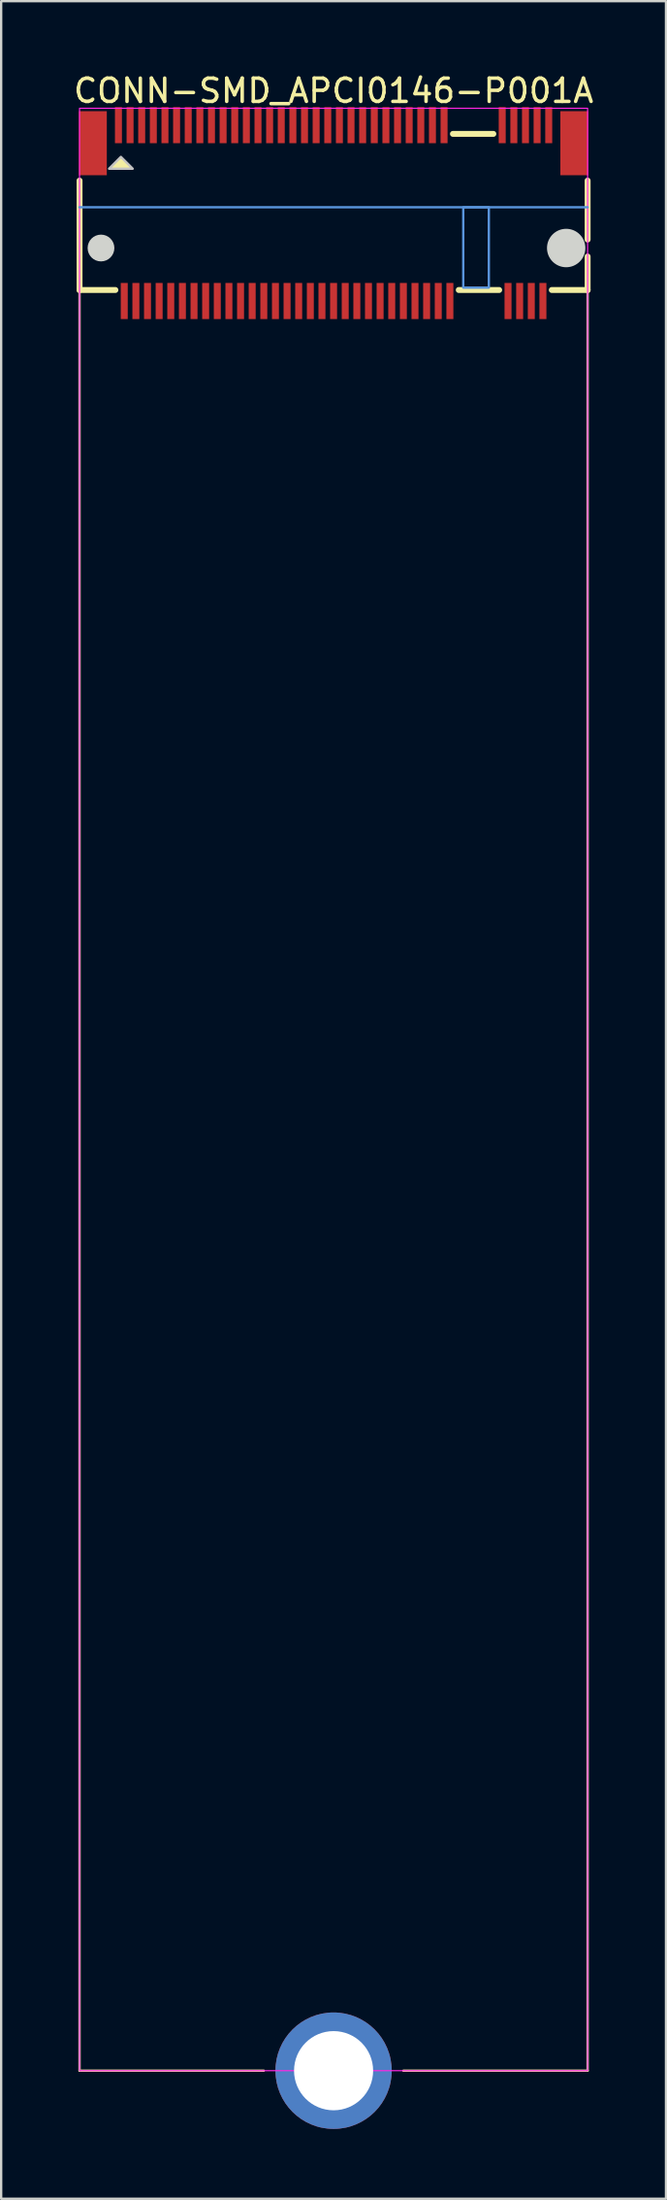
<source format=kicad_pcb>
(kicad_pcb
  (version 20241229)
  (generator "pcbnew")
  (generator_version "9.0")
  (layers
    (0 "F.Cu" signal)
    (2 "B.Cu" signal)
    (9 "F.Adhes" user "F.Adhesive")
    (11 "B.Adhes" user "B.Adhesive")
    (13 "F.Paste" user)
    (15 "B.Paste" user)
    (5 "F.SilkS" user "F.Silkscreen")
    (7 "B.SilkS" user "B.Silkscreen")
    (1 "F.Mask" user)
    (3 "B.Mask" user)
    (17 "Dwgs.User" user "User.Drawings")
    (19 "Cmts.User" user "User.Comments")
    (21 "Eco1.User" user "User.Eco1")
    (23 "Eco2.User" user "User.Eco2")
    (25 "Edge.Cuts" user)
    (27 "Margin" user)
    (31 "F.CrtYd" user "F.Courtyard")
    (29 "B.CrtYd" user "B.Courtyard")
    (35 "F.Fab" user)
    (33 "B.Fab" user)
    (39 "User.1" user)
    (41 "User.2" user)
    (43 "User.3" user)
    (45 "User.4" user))
  (footprint "CONN-SMD_APCI0146-P001A"
    (layer "F.Cu")
    (at 11.292 6.098)
    (property "Reference" "CONN-SMD_APCI0146-P001A" (at 0 -5.25 0) (layer "F.SilkS") (effects (font (size 1 1) (thickness 0.15))))
    (private_layers "User.1")
    (fp_line (start -10.922 3.302) (end -10.922 -1.394) (stroke (width 0.254) (type default)) (layer "F.SilkS"))
    (fp_line (start -10.922 79.75) (end -10.922 3.302) (stroke (width 0.1) (type solid)) (layer "F.SilkS"))
    (fp_line (start -10.922 79.75) (end -3 79.75) (stroke (width 0.1) (type solid)) (layer "F.SilkS"))
    (fp_line (start -9.381 3.302) (end -10.922 3.302) (stroke (width 0.254) (type default)) (layer "F.SilkS"))
    (fp_line (start 3 79.75) (end 10.922 79.75) (stroke (width 0.1) (type solid)) (layer "F.SilkS"))
    (fp_line (start 5.131 -3.4) (end 6.869 -3.4) (stroke (width 0.254) (type default)) (layer "F.SilkS"))
    (fp_line (start 7.119 3.302) (end 5.381 3.302) (stroke (width 0.254) (type default)) (layer "F.SilkS"))
    (fp_line (start 10.922 -1.394) (end 10.922 1.136) (stroke (width 0.254) (type default)) (layer "F.SilkS"))
    (fp_line (start 10.922 1.865) (end 10.922 3.302) (stroke (width 0.254) (type default)) (layer "F.SilkS"))
    (fp_line (start 10.922 3.302) (end 9.381 3.302) (stroke (width 0.254) (type default)) (layer "F.SilkS"))
    (fp_line (start 10.922 79.75) (end 10.922 3.302) (stroke (width 0.1) (type default)) (layer "F.SilkS"))
    (fp_poly (pts (xy -9.144 -2.413) (xy -9.652 -1.905) (xy -8.636 -1.905)) (stroke (width 0) (type default)) (fill yes) (layer "F.SilkS"))
    (fp_poly (pts (xy -9.144 -2.413) (xy -9.652 -1.905) (xy -8.636 -1.905)) (stroke (width 0.1) (type default)) (fill no) (layer "Dwgs.User"))
    (fp_line (start -10.925 -0.25) (end 10.925 -0.25) (stroke (width 0.1) (type solid)) (layer "Cmts.User"))
    (fp_rect (start 5.575 -0.25) (end 6.675 3.2) (stroke (width 0.1) (type solid)) (fill no) (layer "Cmts.User"))
    (fp_circle (center -10 1.5) (end -9.45 1.5) (stroke (width 0.05) (type solid)) (fill yes) (layer "Edge.Cuts"))
    (fp_circle (center 10 1.5) (end 10.8 1.5) (stroke (width 0.05) (type solid)) (fill yes) (layer "Edge.Cuts"))
    (fp_rect (start -10.922 -4.5) (end 10.922 79.75) (stroke (width 0.05) (type solid)) (fill no) (layer "F.CrtYd"))
    (fp_poly (pts (xy -10.425 -3.9) (xy -10.275 -3.9) (xy -10.275 -2.1) (xy -10.425 -2.1)) (stroke (width 0.1) (type default)) (fill no) (layer "User.1"))
    (fp_poly (pts (xy -9.33 -3.9) (xy -9.17 -3.9) (xy -9.17 -3.1) (xy -9.33 -3.1)) (stroke (width 0.1) (type default)) (fill no) (layer "User.1"))
    (fp_poly (pts (xy -9.08 3.68) (xy -9.08 3.19) (xy -8.92 3.19) (xy -8.92 3.68)) (stroke (width 0.1) (type default)) (fill no) (layer "User.1"))
    (fp_poly (pts (xy -9.08 4.17) (xy -9.08 3.67) (xy -8.92 3.67) (xy -8.92 4.17)) (stroke (width 0.1) (type default)) (fill no) (layer "User.1"))
    (fp_poly (pts (xy -8.83 -3.9) (xy -8.67 -3.9) (xy -8.67 -3.1) (xy -8.83 -3.1)) (stroke (width 0.1) (type default)) (fill no) (layer "User.1"))
    (fp_poly (pts (xy -8.58 3.68) (xy -8.58 3.19) (xy -8.42 3.19) (xy -8.42 3.68)) (stroke (width 0.1) (type default)) (fill no) (layer "User.1"))
    (fp_poly (pts (xy -8.58 4.17) (xy -8.58 3.67) (xy -8.42 3.67) (xy -8.42 4.17)) (stroke (width 0.1) (type default)) (fill no) (layer "User.1"))
    (fp_poly (pts (xy -8.33 -3.9) (xy -8.17 -3.9) (xy -8.17 -3.1) (xy -8.33 -3.1)) (stroke (width 0.1) (type default)) (fill no) (layer "User.1"))
    (fp_poly (pts (xy -8.08 3.68) (xy -8.08 3.19) (xy -7.92 3.19) (xy -7.92 3.68)) (stroke (width 0.1) (type default)) (fill no) (layer "User.1"))
    (fp_poly (pts (xy -8.08 4.17) (xy -8.08 3.67) (xy -7.92 3.67) (xy -7.92 4.17)) (stroke (width 0.1) (type default)) (fill no) (layer "User.1"))
    (fp_poly (pts (xy -7.83 -3.9) (xy -7.67 -3.9) (xy -7.67 -3.1) (xy -7.83 -3.1)) (stroke (width 0.1) (type default)) (fill no) (layer "User.1"))
    (fp_poly (pts (xy -7.58 3.68) (xy -7.58 3.19) (xy -7.42 3.19) (xy -7.42 3.68)) (stroke (width 0.1) (type default)) (fill no) (layer "User.1"))
    (fp_poly (pts (xy -7.58 4.17) (xy -7.58 3.67) (xy -7.42 3.67) (xy -7.42 4.17)) (stroke (width 0.1) (type default)) (fill no) (layer "User.1"))
    (fp_poly (pts (xy -7.33 -3.9) (xy -7.17 -3.9) (xy -7.17 -3.1) (xy -7.33 -3.1)) (stroke (width 0.1) (type default)) (fill no) (layer "User.1"))
    (fp_poly (pts (xy -7.08 3.68) (xy -7.08 3.19) (xy -6.92 3.19) (xy -6.92 3.68)) (stroke (width 0.1) (type default)) (fill no) (layer "User.1"))
    (fp_poly (pts (xy -7.08 4.17) (xy -7.08 3.67) (xy -6.92 3.67) (xy -6.92 4.17)) (stroke (width 0.1) (type default)) (fill no) (layer "User.1"))
    (fp_poly (pts (xy -6.83 -3.9) (xy -6.67 -3.9) (xy -6.67 -3.1) (xy -6.83 -3.1)) (stroke (width 0.1) (type default)) (fill no) (layer "User.1"))
    (fp_poly (pts (xy -6.58 3.68) (xy -6.58 3.19) (xy -6.42 3.19) (xy -6.42 3.68)) (stroke (width 0.1) (type default)) (fill no) (layer "User.1"))
    (fp_poly (pts (xy -6.58 4.17) (xy -6.58 3.67) (xy -6.42 3.67) (xy -6.42 4.17)) (stroke (width 0.1) (type default)) (fill no) (layer "User.1"))
    (fp_poly (pts (xy -6.33 -3.9) (xy -6.17 -3.9) (xy -6.17 -3.1) (xy -6.33 -3.1)) (stroke (width 0.1) (type default)) (fill no) (layer "User.1"))
    (fp_poly (pts (xy -6.08 3.68) (xy -6.08 3.19) (xy -5.92 3.19) (xy -5.92 3.68)) (stroke (width 0.1) (type default)) (fill no) (layer "User.1"))
    (fp_poly (pts (xy -6.08 4.17) (xy -6.08 3.67) (xy -5.92 3.67) (xy -5.92 4.17)) (stroke (width 0.1) (type default)) (fill no) (layer "User.1"))
    (fp_poly (pts (xy -5.83 -3.9) (xy -5.67 -3.9) (xy -5.67 -3.1) (xy -5.83 -3.1)) (stroke (width 0.1) (type default)) (fill no) (layer "User.1"))
    (fp_poly (pts (xy -5.58 3.68) (xy -5.58 3.19) (xy -5.42 3.19) (xy -5.42 3.68)) (stroke (width 0.1) (type default)) (fill no) (layer "User.1"))
    (fp_poly (pts (xy -5.58 4.17) (xy -5.58 3.67) (xy -5.42 3.67) (xy -5.42 4.17)) (stroke (width 0.1) (type default)) (fill no) (layer "User.1"))
    (fp_poly (pts (xy -5.33 -3.9) (xy -5.17 -3.9) (xy -5.17 -3.1) (xy -5.33 -3.1)) (stroke (width 0.1) (type default)) (fill no) (layer "User.1"))
    (fp_poly (pts (xy -5.08 3.68) (xy -5.08 3.19) (xy -4.92 3.19) (xy -4.92 3.68)) (stroke (width 0.1) (type default)) (fill no) (layer "User.1"))
    (fp_poly (pts (xy -5.08 4.17) (xy -5.08 3.67) (xy -4.92 3.67) (xy -4.92 4.17)) (stroke (width 0.1) (type default)) (fill no) (layer "User.1"))
    (fp_poly (pts (xy -4.83 -3.9) (xy -4.67 -3.9) (xy -4.67 -3.1) (xy -4.83 -3.1)) (stroke (width 0.1) (type default)) (fill no) (layer "User.1"))
    (fp_poly (pts (xy -4.58 3.68) (xy -4.58 3.19) (xy -4.42 3.19) (xy -4.42 3.68)) (stroke (width 0.1) (type default)) (fill no) (layer "User.1"))
    (fp_poly (pts (xy -4.58 4.17) (xy -4.58 3.67) (xy -4.42 3.67) (xy -4.42 4.17)) (stroke (width 0.1) (type default)) (fill no) (layer "User.1"))
    (fp_poly (pts (xy -4.33 -3.9) (xy -4.17 -3.9) (xy -4.17 -3.1) (xy -4.33 -3.1)) (stroke (width 0.1) (type default)) (fill no) (layer "User.1"))
    (fp_poly (pts (xy -4.08 3.68) (xy -4.08 3.19) (xy -3.92 3.19) (xy -3.92 3.68)) (stroke (width 0.1) (type default)) (fill no) (layer "User.1"))
    (fp_poly (pts (xy -4.08 4.17) (xy -4.08 3.67) (xy -3.92 3.67) (xy -3.92 4.17)) (stroke (width 0.1) (type default)) (fill no) (layer "User.1"))
    (fp_poly (pts (xy -3.83 -3.9) (xy -3.67 -3.9) (xy -3.67 -3.1) (xy -3.83 -3.1)) (stroke (width 0.1) (type default)) (fill no) (layer "User.1"))
    (fp_poly (pts (xy -3.58 3.68) (xy -3.58 3.19) (xy -3.42 3.19) (xy -3.42 3.68)) (stroke (width 0.1) (type default)) (fill no) (layer "User.1"))
    (fp_poly (pts (xy -3.58 4.17) (xy -3.58 3.67) (xy -3.42 3.67) (xy -3.42 4.17)) (stroke (width 0.1) (type default)) (fill no) (layer "User.1"))
    (fp_poly (pts (xy -3.33 -3.9) (xy -3.17 -3.9) (xy -3.17 -3.1) (xy -3.33 -3.1)) (stroke (width 0.1) (type default)) (fill no) (layer "User.1"))
    (fp_poly (pts (xy -3.08 3.68) (xy -3.08 3.19) (xy -2.92 3.19) (xy -2.92 3.68)) (stroke (width 0.1) (type default)) (fill no) (layer "User.1"))
    (fp_poly (pts (xy -3.08 4.17) (xy -3.08 3.67) (xy -2.92 3.67) (xy -2.92 4.17)) (stroke (width 0.1) (type default)) (fill no) (layer "User.1"))
    (fp_poly (pts (xy -2.83 -3.9) (xy -2.67 -3.9) (xy -2.67 -3.1) (xy -2.83 -3.1)) (stroke (width 0.1) (type default)) (fill no) (layer "User.1"))
    (fp_poly (pts (xy -2.58 3.68) (xy -2.58 3.19) (xy -2.42 3.19) (xy -2.42 3.68)) (stroke (width 0.1) (type default)) (fill no) (layer "User.1"))
    (fp_poly (pts (xy -2.58 4.17) (xy -2.58 3.67) (xy -2.42 3.67) (xy -2.42 4.17)) (stroke (width 0.1) (type default)) (fill no) (layer "User.1"))
    (fp_poly (pts (xy -2.33 -3.9) (xy -2.17 -3.9) (xy -2.17 -3.1) (xy -2.33 -3.1)) (stroke (width 0.1) (type default)) (fill no) (layer "User.1"))
    (fp_poly (pts (xy -2.08 3.68) (xy -2.08 3.19) (xy -1.92 3.19) (xy -1.92 3.68)) (stroke (width 0.1) (type default)) (fill no) (layer "User.1"))
    (fp_poly (pts (xy -2.08 4.17) (xy -2.08 3.67) (xy -1.92 3.67) (xy -1.92 4.17)) (stroke (width 0.1) (type default)) (fill no) (layer "User.1"))
    (fp_poly (pts (xy -1.83 -3.9) (xy -1.67 -3.9) (xy -1.67 -3.1) (xy -1.83 -3.1)) (stroke (width 0.1) (type default)) (fill no) (layer "User.1"))
    (fp_poly (pts (xy -1.58 3.68) (xy -1.58 3.19) (xy -1.42 3.19) (xy -1.42 3.68)) (stroke (width 0.1) (type default)) (fill no) (layer "User.1"))
    (fp_poly (pts (xy -1.58 4.17) (xy -1.58 3.67) (xy -1.42 3.67) (xy -1.42 4.17)) (stroke (width 0.1) (type default)) (fill no) (layer "User.1"))
    (fp_poly (pts (xy -1.33 -3.9) (xy -1.17 -3.9) (xy -1.17 -3.1) (xy -1.33 -3.1)) (stroke (width 0.1) (type default)) (fill no) (layer "User.1"))
    (fp_poly (pts (xy -1.08 3.68) (xy -1.08 3.19) (xy -0.92 3.19) (xy -0.92 3.68)) (stroke (width 0.1) (type default)) (fill no) (layer "User.1"))
    (fp_poly (pts (xy -1.08 4.17) (xy -1.08 3.67) (xy -0.92 3.67) (xy -0.92 4.17)) (stroke (width 0.1) (type default)) (fill no) (layer "User.1"))
    (fp_poly (pts (xy -0.83 -3.9) (xy -0.67 -3.9) (xy -0.67 -3.1) (xy -0.83 -3.1)) (stroke (width 0.1) (type default)) (fill no) (layer "User.1"))
    (fp_poly (pts (xy -0.58 3.68) (xy -0.58 3.19) (xy -0.42 3.19) (xy -0.42 3.68)) (stroke (width 0.1) (type default)) (fill no) (layer "User.1"))
    (fp_poly (pts (xy -0.58 4.17) (xy -0.58 3.67) (xy -0.42 3.67) (xy -0.42 4.17)) (stroke (width 0.1) (type default)) (fill no) (layer "User.1"))
    (fp_poly (pts (xy -0.33 -3.9) (xy -0.17 -3.9) (xy -0.17 -3.1) (xy -0.33 -3.1)) (stroke (width 0.1) (type default)) (fill no) (layer "User.1"))
    (fp_poly (pts (xy -0.08 3.68) (xy -0.08 3.19) (xy 0.08 3.19) (xy 0.08 3.68)) (stroke (width 0.1) (type default)) (fill no) (layer "User.1"))
    (fp_poly (pts (xy -0.08 4.17) (xy -0.08 3.67) (xy 0.08 3.67) (xy 0.08 4.17)) (stroke (width 0.1) (type default)) (fill no) (layer "User.1"))
    (fp_poly (pts (xy 0.17 -3.9) (xy 0.33 -3.9) (xy 0.33 -3.1) (xy 0.17 -3.1)) (stroke (width 0.1) (type default)) (fill no) (layer "User.1"))
    (fp_poly (pts (xy 0.42 3.68) (xy 0.42 3.19) (xy 0.58 3.19) (xy 0.58 3.68)) (stroke (width 0.1) (type default)) (fill no) (layer "User.1"))
    (fp_poly (pts (xy 0.42 4.17) (xy 0.42 3.67) (xy 0.58 3.67) (xy 0.58 4.17)) (stroke (width 0.1) (type default)) (fill no) (layer "User.1"))
    (fp_poly (pts (xy 0.67 -3.9) (xy 0.83 -3.9) (xy 0.83 -3.1) (xy 0.67 -3.1)) (stroke (width 0.1) (type default)) (fill no) (layer "User.1"))
    (fp_poly (pts (xy 0.92 3.68) (xy 0.92 3.19) (xy 1.08 3.19) (xy 1.08 3.68)) (stroke (width 0.1) (type default)) (fill no) (layer "User.1"))
    (fp_poly (pts (xy 0.92 4.17) (xy 0.92 3.67) (xy 1.08 3.67) (xy 1.08 4.17)) (stroke (width 0.1) (type default)) (fill no) (layer "User.1"))
    (fp_poly (pts (xy 1.17 -3.9) (xy 1.33 -3.9) (xy 1.33 -3.1) (xy 1.17 -3.1)) (stroke (width 0.1) (type default)) (fill no) (layer "User.1"))
    (fp_poly (pts (xy 1.42 3.68) (xy 1.42 3.19) (xy 1.58 3.19) (xy 1.58 3.68)) (stroke (width 0.1) (type default)) (fill no) (layer "User.1"))
    (fp_poly (pts (xy 1.42 4.17) (xy 1.42 3.67) (xy 1.58 3.67) (xy 1.58 4.17)) (stroke (width 0.1) (type default)) (fill no) (layer "User.1"))
    (fp_poly (pts (xy 1.67 -3.9) (xy 1.83 -3.9) (xy 1.83 -3.1) (xy 1.67 -3.1)) (stroke (width 0.1) (type default)) (fill no) (layer "User.1"))
    (fp_poly (pts (xy 1.92 3.68) (xy 1.92 3.19) (xy 2.08 3.19) (xy 2.08 3.68)) (stroke (width 0.1) (type default)) (fill no) (layer "User.1"))
    (fp_poly (pts (xy 1.92 4.17) (xy 1.92 3.67) (xy 2.08 3.67) (xy 2.08 4.17)) (stroke (width 0.1) (type default)) (fill no) (layer "User.1"))
    (fp_poly (pts (xy 2.17 -3.9) (xy 2.33 -3.9) (xy 2.33 -3.1) (xy 2.17 -3.1)) (stroke (width 0.1) (type default)) (fill no) (layer "User.1"))
    (fp_poly (pts (xy 2.42 3.68) (xy 2.42 3.19) (xy 2.58 3.19) (xy 2.58 3.68)) (stroke (width 0.1) (type default)) (fill no) (layer "User.1"))
    (fp_poly (pts (xy 2.42 4.17) (xy 2.42 3.67) (xy 2.58 3.67) (xy 2.58 4.17)) (stroke (width 0.1) (type default)) (fill no) (layer "User.1"))
    (fp_poly (pts (xy 2.67 -3.9) (xy 2.83 -3.9) (xy 2.83 -3.1) (xy 2.67 -3.1)) (stroke (width 0.1) (type default)) (fill no) (layer "User.1"))
    (fp_poly (pts (xy 2.92 3.68) (xy 2.92 3.19) (xy 3.08 3.19) (xy 3.08 3.68)) (stroke (width 0.1) (type default)) (fill no) (layer "User.1"))
    (fp_poly (pts (xy 2.92 4.17) (xy 2.92 3.67) (xy 3.08 3.67) (xy 3.08 4.17)) (stroke (width 0.1) (type default)) (fill no) (layer "User.1"))
    (fp_poly (pts (xy 3.17 -3.9) (xy 3.33 -3.9) (xy 3.33 -3.1) (xy 3.17 -3.1)) (stroke (width 0.1) (type default)) (fill no) (layer "User.1"))
    (fp_poly (pts (xy 3.42 3.68) (xy 3.42 3.19) (xy 3.58 3.19) (xy 3.58 3.68)) (stroke (width 0.1) (type default)) (fill no) (layer "User.1"))
    (fp_poly (pts (xy 3.42 4.17) (xy 3.42 3.67) (xy 3.58 3.67) (xy 3.58 4.17)) (stroke (width 0.1) (type default)) (fill no) (layer "User.1"))
    (fp_poly (pts (xy 3.67 -3.9) (xy 3.83 -3.9) (xy 3.83 -3.1) (xy 3.67 -3.1)) (stroke (width 0.1) (type default)) (fill no) (layer "User.1"))
    (fp_poly (pts (xy 3.92 3.68) (xy 3.92 3.19) (xy 4.08 3.19) (xy 4.08 3.68)) (stroke (width 0.1) (type default)) (fill no) (layer "User.1"))
    (fp_poly (pts (xy 3.92 4.17) (xy 3.92 3.67) (xy 4.08 3.67) (xy 4.08 4.17)) (stroke (width 0.1) (type default)) (fill no) (layer "User.1"))
    (fp_poly (pts (xy 4.17 -3.9) (xy 4.33 -3.9) (xy 4.33 -3.1) (xy 4.17 -3.1)) (stroke (width 0.1) (type default)) (fill no) (layer "User.1"))
    (fp_poly (pts (xy 4.42 3.68) (xy 4.42 3.19) (xy 4.58 3.19) (xy 4.58 3.68)) (stroke (width 0.1) (type default)) (fill no) (layer "User.1"))
    (fp_poly (pts (xy 4.42 4.17) (xy 4.42 3.67) (xy 4.58 3.67) (xy 4.58 4.17)) (stroke (width 0.1) (type default)) (fill no) (layer "User.1"))
    (fp_poly (pts (xy 4.67 -3.9) (xy 4.83 -3.9) (xy 4.83 -3.1) (xy 4.67 -3.1)) (stroke (width 0.1) (type default)) (fill no) (layer "User.1"))
    (fp_poly (pts (xy 4.92 3.68) (xy 4.92 3.19) (xy 5.08 3.19) (xy 5.08 3.68)) (stroke (width 0.1) (type default)) (fill no) (layer "User.1"))
    (fp_poly (pts (xy 4.92 4.17) (xy 4.92 3.67) (xy 5.08 3.67) (xy 5.08 4.17)) (stroke (width 0.1) (type default)) (fill no) (layer "User.1"))
    (fp_poly (pts (xy 7.17 -3.9) (xy 7.33 -3.9) (xy 7.33 -3.1) (xy 7.17 -3.1)) (stroke (width 0.1) (type default)) (fill no) (layer "User.1"))
    (fp_poly (pts (xy 7.42 3.68) (xy 7.42 3.19) (xy 7.58 3.19) (xy 7.58 3.68)) (stroke (width 0.1) (type default)) (fill no) (layer "User.1"))
    (fp_poly (pts (xy 7.42 4.17) (xy 7.42 3.67) (xy 7.58 3.67) (xy 7.58 4.17)) (stroke (width 0.1) (type default)) (fill no) (layer "User.1"))
    (fp_poly (pts (xy 7.67 -3.9) (xy 7.83 -3.9) (xy 7.83 -3.1) (xy 7.67 -3.1)) (stroke (width 0.1) (type default)) (fill no) (layer "User.1"))
    (fp_poly (pts (xy 7.92 3.68) (xy 7.92 3.19) (xy 8.08 3.19) (xy 8.08 3.68)) (stroke (width 0.1) (type default)) (fill no) (layer "User.1"))
    (fp_poly (pts (xy 7.92 4.17) (xy 7.92 3.67) (xy 8.08 3.67) (xy 8.08 4.17)) (stroke (width 0.1) (type default)) (fill no) (layer "User.1"))
    (fp_poly (pts (xy 8.17 -3.9) (xy 8.33 -3.9) (xy 8.33 -3.1) (xy 8.17 -3.1)) (stroke (width 0.1) (type default)) (fill no) (layer "User.1"))
    (fp_poly (pts (xy 8.42 3.68) (xy 8.42 3.19) (xy 8.58 3.19) (xy 8.58 3.68)) (stroke (width 0.1) (type default)) (fill no) (layer "User.1"))
    (fp_poly (pts (xy 8.42 4.17) (xy 8.42 3.67) (xy 8.58 3.67) (xy 8.58 4.17)) (stroke (width 0.1) (type default)) (fill no) (layer "User.1"))
    (fp_poly (pts (xy 8.67 -3.9) (xy 8.83 -3.9) (xy 8.83 -3.1) (xy 8.67 -3.1)) (stroke (width 0.1) (type default)) (fill no) (layer "User.1"))
    (fp_poly (pts (xy 8.92 3.68) (xy 8.92 3.19) (xy 9.08 3.19) (xy 9.08 3.68)) (stroke (width 0.1) (type default)) (fill no) (layer "User.1"))
    (fp_poly (pts (xy 8.92 4.17) (xy 8.92 3.67) (xy 9.08 3.67) (xy 9.08 4.17)) (stroke (width 0.1) (type default)) (fill no) (layer "User.1"))
    (fp_poly (pts (xy 9.17 -3.9) (xy 9.33 -3.9) (xy 9.33 -3.1) (xy 9.17 -3.1)) (stroke (width 0.1) (type default)) (fill no) (layer "User.1"))
    (fp_poly (pts (xy 10.275 -3.9) (xy 10.425 -3.9) (xy 10.425 -2.1) (xy 10.275 -2.1)) (stroke (width 0.1) (type default)) (fill no) (layer "User.1"))
    (fp_line (start -10.925 -3.4) (end 10.925 -3.4) (stroke (width 0.051) (type default)) (layer "User.2"))
    (fp_line (start -10.925 3.2) (end -10.925 -3.4) (stroke (width 0.051) (type default)) (layer "User.2"))
    (fp_line (start 10.925 -3.4) (end 10.925 3.2) (stroke (width 0.051) (type default)) (layer "User.2"))
    (fp_line (start 10.925 3.2) (end -10.925 3.2) (stroke (width 0.051) (type default)) (layer "User.2"))
    (fp_poly (pts (xy -10.87 -3.923) (xy -10.902 -3.955) (xy -10.948 -3.955) (xy -10.98 -3.923) (xy -10.98 -3.877) (xy -10.948 -3.845) (xy -10.902 -3.845) (xy -10.87 -3.877)) (stroke (width 0.1) (type default)) (fill no) (layer "User.3"))
    (pad "" np_thru_hole circle (at 0 79.75) (size 5 5) (drill 3.4) (layers "*.Cu" "*.Mask"))
    (pad "1" smd rect (at -9.25 -3.775) (size 0.3 1.55) (layers "F.Cu" "F.Mask" "F.Paste"))
    (pad "2" smd rect (at -9 3.775) (size 0.3 1.55) (layers "F.Cu" "F.Mask" "F.Paste"))
    (pad "3" smd rect (at -8.75 -3.775) (size 0.3 1.55) (layers "F.Cu" "F.Mask" "F.Paste"))
    (pad "4" smd rect (at -8.5 3.775) (size 0.3 1.55) (layers "F.Cu" "F.Mask" "F.Paste"))
    (pad "5" smd rect (at -8.25 -3.775) (size 0.3 1.55) (layers "F.Cu" "F.Mask" "F.Paste"))
    (pad "6" smd rect (at -8 3.775) (size 0.3 1.55) (layers "F.Cu" "F.Mask" "F.Paste"))
    (pad "7" smd rect (at -7.75 -3.775) (size 0.3 1.55) (layers "F.Cu" "F.Mask" "F.Paste"))
    (pad "8" smd rect (at -7.5 3.775) (size 0.3 1.55) (layers "F.Cu" "F.Mask" "F.Paste"))
    (pad "9" smd rect (at -7.25 -3.775) (size 0.3 1.55) (layers "F.Cu" "F.Mask" "F.Paste"))
    (pad "10" smd rect (at -7 3.775) (size 0.3 1.55) (layers "F.Cu" "F.Mask" "F.Paste"))
    (pad "11" smd rect (at -6.75 -3.775) (size 0.3 1.55) (layers "F.Cu" "F.Mask" "F.Paste"))
    (pad "12" smd rect (at -6.5 3.775) (size 0.3 1.55) (layers "F.Cu" "F.Mask" "F.Paste"))
    (pad "13" smd rect (at -6.25 -3.775) (size 0.3 1.55) (layers "F.Cu" "F.Mask" "F.Paste"))
    (pad "14" smd rect (at -6 3.775) (size 0.3 1.55) (layers "F.Cu" "F.Mask" "F.Paste"))
    (pad "15" smd rect (at -5.75 -3.775) (size 0.3 1.55) (layers "F.Cu" "F.Mask" "F.Paste"))
    (pad "16" smd rect (at -5.5 3.775) (size 0.3 1.55) (layers "F.Cu" "F.Mask" "F.Paste"))
    (pad "17" smd rect (at -5.25 -3.775) (size 0.3 1.55) (layers "F.Cu" "F.Mask" "F.Paste"))
    (pad "18" smd rect (at -5 3.775) (size 0.3 1.55) (layers "F.Cu" "F.Mask" "F.Paste"))
    (pad "19" smd rect (at -4.75 -3.775) (size 0.3 1.55) (layers "F.Cu" "F.Mask" "F.Paste"))
    (pad "20" smd rect (at -4.5 3.775) (size 0.3 1.55) (layers "F.Cu" "F.Mask" "F.Paste"))
    (pad "21" smd rect (at -4.25 -3.775) (size 0.3 1.55) (layers "F.Cu" "F.Mask" "F.Paste"))
    (pad "22" smd rect (at -4 3.775) (size 0.3 1.55) (layers "F.Cu" "F.Mask" "F.Paste"))
    (pad "23" smd rect (at -3.75 -3.775) (size 0.3 1.55) (layers "F.Cu" "F.Mask" "F.Paste"))
    (pad "24" smd rect (at -3.5 3.775) (size 0.3 1.55) (layers "F.Cu" "F.Mask" "F.Paste"))
    (pad "25" smd rect (at -3.25 -3.775) (size 0.3 1.55) (layers "F.Cu" "F.Mask" "F.Paste"))
    (pad "26" smd rect (at -3 3.775) (size 0.3 1.55) (layers "F.Cu" "F.Mask" "F.Paste"))
    (pad "27" smd rect (at -2.75 -3.775) (size 0.3 1.55) (layers "F.Cu" "F.Mask" "F.Paste"))
    (pad "28" smd rect (at -2.5 3.775) (size 0.3 1.55) (layers "F.Cu" "F.Mask" "F.Paste"))
    (pad "29" smd rect (at -2.25 -3.775) (size 0.3 1.55) (layers "F.Cu" "F.Mask" "F.Paste"))
    (pad "30" smd rect (at -2 3.775) (size 0.3 1.55) (layers "F.Cu" "F.Mask" "F.Paste"))
    (pad "31" smd rect (at -1.75 -3.775) (size 0.3 1.55) (layers "F.Cu" "F.Mask" "F.Paste"))
    (pad "32" smd rect (at -1.5 3.775) (size 0.3 1.55) (layers "F.Cu" "F.Mask" "F.Paste"))
    (pad "33" smd rect (at -1.25 -3.775) (size 0.3 1.55) (layers "F.Cu" "F.Mask" "F.Paste"))
    (pad "34" smd rect (at -1 3.775) (size 0.3 1.55) (layers "F.Cu" "F.Mask" "F.Paste"))
    (pad "35" smd rect (at -0.75 -3.775) (size 0.3 1.55) (layers "F.Cu" "F.Mask" "F.Paste"))
    (pad "36" smd rect (at -0.5 3.775) (size 0.3 1.55) (layers "F.Cu" "F.Mask" "F.Paste"))
    (pad "37" smd rect (at -0.25 -3.775) (size 0.3 1.55) (layers "F.Cu" "F.Mask" "F.Paste"))
    (pad "38" smd rect (at 0 3.775) (size 0.3 1.55) (layers "F.Cu" "F.Mask" "F.Paste"))
    (pad "39" smd rect (at 0.25 -3.775) (size 0.3 1.55) (layers "F.Cu" "F.Mask" "F.Paste"))
    (pad "40" smd rect (at 0.5 3.775) (size 0.3 1.55) (layers "F.Cu" "F.Mask" "F.Paste"))
    (pad "41" smd rect (at 0.75 -3.775) (size 0.3 1.55) (layers "F.Cu" "F.Mask" "F.Paste"))
    (pad "42" smd rect (at 1 3.775) (size 0.3 1.55) (layers "F.Cu" "F.Mask" "F.Paste"))
    (pad "43" smd rect (at 1.25 -3.775) (size 0.3 1.55) (layers "F.Cu" "F.Mask" "F.Paste"))
    (pad "44" smd rect (at 1.5 3.775) (size 0.3 1.55) (layers "F.Cu" "F.Mask" "F.Paste"))
    (pad "45" smd rect (at 1.75 -3.775) (size 0.3 1.55) (layers "F.Cu" "F.Mask" "F.Paste"))
    (pad "46" smd rect (at 2 3.775) (size 0.3 1.55) (layers "F.Cu" "F.Mask" "F.Paste"))
    (pad "47" smd rect (at 2.25 -3.775) (size 0.3 1.55) (layers "F.Cu" "F.Mask" "F.Paste"))
    (pad "48" smd rect (at 2.5 3.775) (size 0.3 1.55) (layers "F.Cu" "F.Mask" "F.Paste"))
    (pad "49" smd rect (at 2.75 -3.775) (size 0.3 1.55) (layers "F.Cu" "F.Mask" "F.Paste"))
    (pad "50" smd rect (at 3 3.775) (size 0.3 1.55) (layers "F.Cu" "F.Mask" "F.Paste"))
    (pad "51" smd rect (at 3.25 -3.775) (size 0.3 1.55) (layers "F.Cu" "F.Mask" "F.Paste"))
    (pad "52" smd rect (at 3.5 3.775) (size 0.3 1.55) (layers "F.Cu" "F.Mask" "F.Paste"))
    (pad "53" smd rect (at 3.75 -3.775) (size 0.3 1.55) (layers "F.Cu" "F.Mask" "F.Paste"))
    (pad "54" smd rect (at 4 3.775) (size 0.3 1.55) (layers "F.Cu" "F.Mask" "F.Paste"))
    (pad "55" smd rect (at 4.25 -3.775) (size 0.3 1.55) (layers "F.Cu" "F.Mask" "F.Paste"))
    (pad "56" smd rect (at 4.5 3.775) (size 0.3 1.55) (layers "F.Cu" "F.Mask" "F.Paste"))
    (pad "57" smd rect (at 4.75 -3.775) (size 0.3 1.55) (layers "F.Cu" "F.Mask" "F.Paste"))
    (pad "58" smd rect (at 5 3.775) (size 0.3 1.55) (layers "F.Cu" "F.Mask" "F.Paste"))
    (pad "67" smd rect (at 7.25 -3.775) (size 0.3 1.55) (layers "F.Cu" "F.Mask" "F.Paste"))
    (pad "68" smd rect (at 7.5 3.775) (size 0.3 1.55) (layers "F.Cu" "F.Mask" "F.Paste"))
    (pad "69" smd rect (at 7.75 -3.775) (size 0.3 1.55) (layers "F.Cu" "F.Mask" "F.Paste"))
    (pad "70" smd rect (at 8 3.775) (size 0.3 1.55) (layers "F.Cu" "F.Mask" "F.Paste"))
    (pad "71" smd rect (at 8.25 -3.775) (size 0.3 1.55) (layers "F.Cu" "F.Mask" "F.Paste"))
    (pad "72" smd rect (at 8.5 3.775) (size 0.3 1.55) (layers "F.Cu" "F.Mask" "F.Paste"))
    (pad "73" smd rect (at 8.75 -3.775) (size 0.3 1.55) (layers "F.Cu" "F.Mask" "F.Paste"))
    (pad "74" smd rect (at 9 3.775) (size 0.3 1.55) (layers "F.Cu" "F.Mask" "F.Paste"))
    (pad "75" smd rect (at 9.25 -3.775) (size 0.3 1.55) (layers "F.Cu" "F.Mask" "F.Paste"))
    (pad "MP" smd rect (at -10.35 -3) (size 1.2 2.75) (layers "F.Cu" "F.Mask" "F.Paste"))
    (pad "MP" smd rect (at 10.35 -3) (size 1.2 2.75) (layers "F.Cu" "F.Mask" "F.Paste")))
  (gr_rect
    (start -3 -3)
    (end 25.583 91.348)
    (stroke (width 0.1) (type default))
    (fill no)
    (layer "Edge.Cuts")))
</source>
